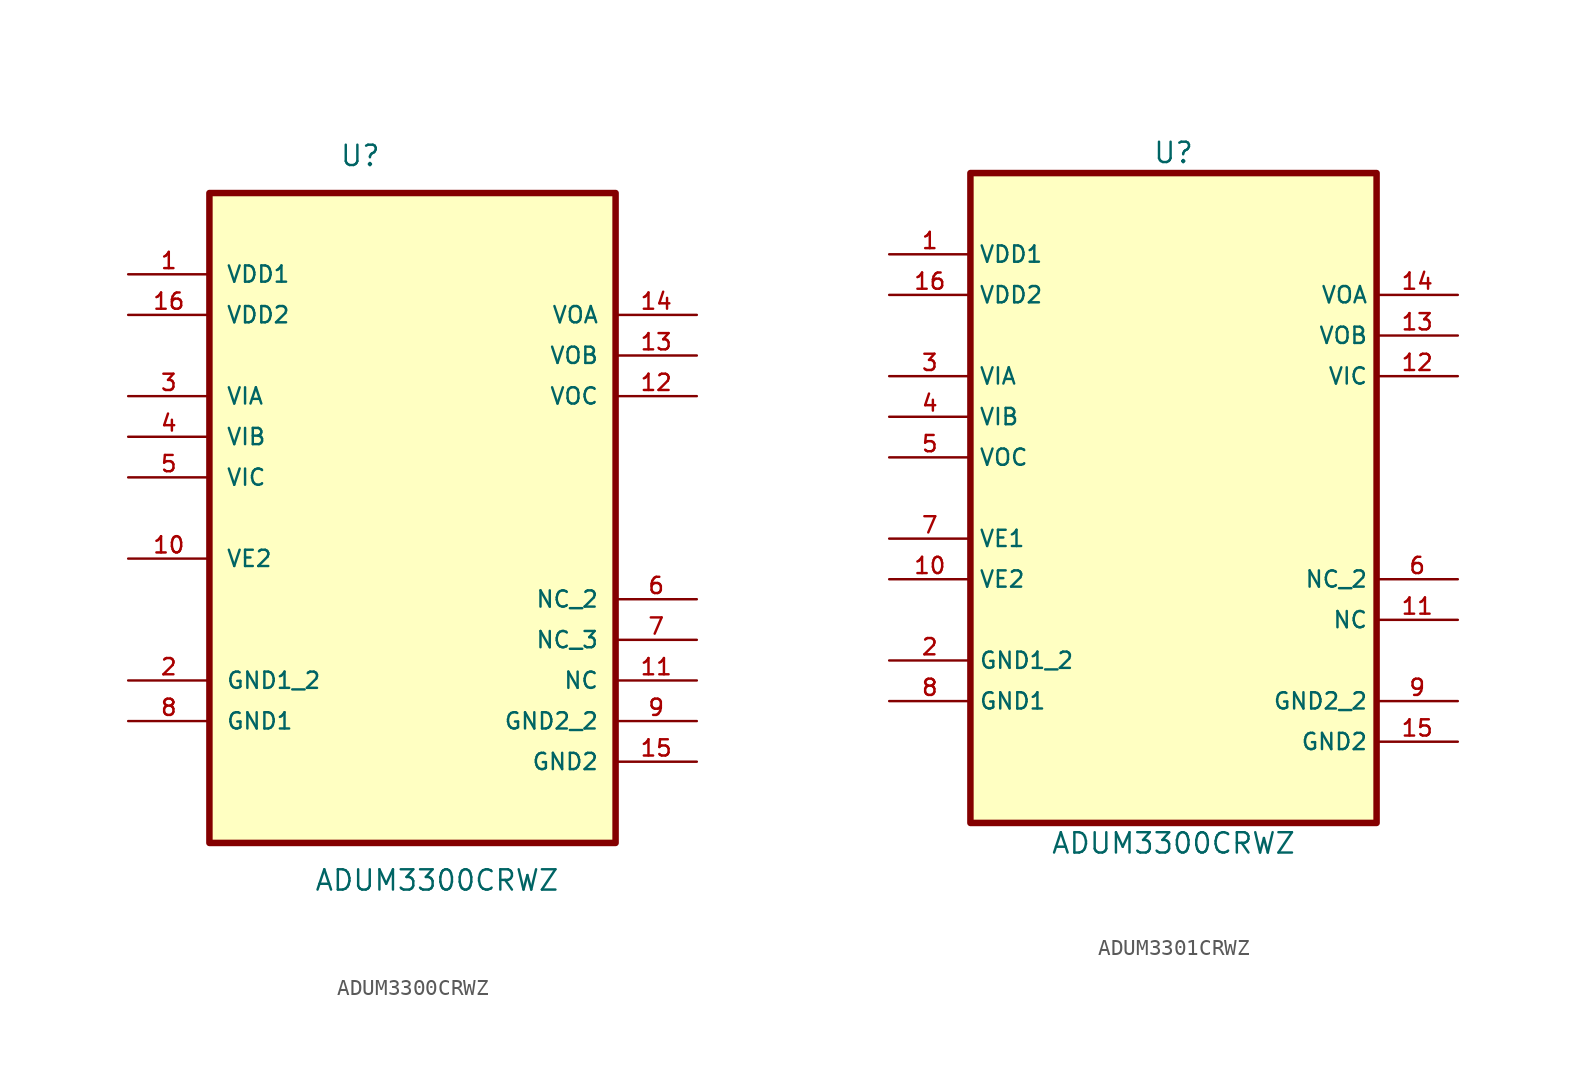
<source format=kicad_sym>
(kicad_symbol_lib
  (version 20220914)
  (generator kicad_symbol_editor)
  (symbol "ADUM3300CRWZ"
    (pin_names
      (offset 1.016))
    (property "Reference" "U"
      (at -4.576 19.37 0)
      (effects (font (size 1.27 1.27)) (justify left bottom)))
    (property "Value" "ADUM3300CRWZ"
      (at -6.16 -25.94 0)
      (effects (font (size 1.27 1.27)) (justify left bottom)))
    (symbol "ADUM3300CRWZ_0_0"
      (rectangle (start -12.7 -22.86) (end 12.7 17.78) (stroke (width 0.406) (type default)) (fill (type background)))
      (pin passive line (at -17.78 12.7 0) (length 5.08) (name "VDD1" (effects (font (size 1.016 1.016)))) (number "1" (effects (font (size 1.016 1.016)))))
      (pin passive line (at -17.78 -5.08 0) (length 5.08) (name "VE2" (effects (font (size 1.016 1.016)))) (number "10" (effects (font (size 1.016 1.016)))))
      (pin passive line (at 17.78 -12.7 180) (length 5.08) (name "NC" (effects (font (size 1.016 1.016)))) (number "11" (effects (font (size 1.016 1.016)))))
      (pin passive line (at 17.78 5.08 180) (length 5.08) (name "VOC" (effects (font (size 1.016 1.016)))) (number "12" (effects (font (size 1.016 1.016)))))
      (pin passive line (at 17.78 7.62 180) (length 5.08) (name "VOB" (effects (font (size 1.016 1.016)))) (number "13" (effects (font (size 1.016 1.016)))))
      (pin passive line (at 17.78 10.16 180) (length 5.08) (name "VOA" (effects (font (size 1.016 1.016)))) (number "14" (effects (font (size 1.016 1.016)))))
      (pin passive line (at 17.78 -17.78 180) (length 5.08) (name "GND2" (effects (font (size 1.016 1.016)))) (number "15" (effects (font (size 1.016 1.016)))))
      (pin passive line (at -17.78 10.16 0) (length 5.08) (name "VDD2" (effects (font (size 1.016 1.016)))) (number "16" (effects (font (size 1.016 1.016)))))
      (pin passive line (at -17.78 -12.7 0) (length 5.08) (name "GND1_2" (effects (font (size 1.016 1.016)))) (number "2" (effects (font (size 1.016 1.016)))))
      (pin passive line (at -17.78 5.08 0) (length 5.08) (name "VIA" (effects (font (size 1.016 1.016)))) (number "3" (effects (font (size 1.016 1.016)))))
      (pin passive line (at -17.78 2.54 0) (length 5.08) (name "VIB" (effects (font (size 1.016 1.016)))) (number "4" (effects (font (size 1.016 1.016)))))
      (pin passive line (at -17.78 0 0) (length 5.08) (name "VIC" (effects (font (size 1.016 1.016)))) (number "5" (effects (font (size 1.016 1.016)))))
      (pin passive line (at 17.78 -7.62 180) (length 5.08) (name "NC_2" (effects (font (size 1.016 1.016)))) (number "6" (effects (font (size 1.016 1.016)))))
      (pin passive line (at 17.78 -10.16 180) (length 5.08) (name "NC_3" (effects (font (size 1.016 1.016)))) (number "7" (effects (font (size 1.016 1.016)))))
      (pin passive line (at -17.78 -15.24 0) (length 5.08) (name "GND1" (effects (font (size 1.016 1.016)))) (number "8" (effects (font (size 1.016 1.016)))))
      (pin passive line (at 17.78 -15.24 180) (length 5.08) (name "GND2_2" (effects (font (size 1.016 1.016)))) (number "9" (effects (font (size 1.016 1.016)))))))
  (symbol "ADUM3301CRWZ"
    (property "Reference" "U"
      (at 0 19.05 0)
      (effects (font (size 1.27 1.27))))
    (property "Value" "ADUM3300CRWZ"
      (at 0 -24.13 0)
      (effects (font (size 1.27 1.27))))
    (symbol "ADUM3301CRWZ_0_0"
      (rectangle (start -12.7 17.78) (end 12.7 -22.86) (stroke (width 0.406) (type default)) (fill (type background)))
      (pin passive line (at -17.78 12.7 0) (length 5.08) (name "VDD1" (effects (font (size 1.016 1.016)))) (number "1" (effects (font (size 1.016 1.016)))))
      (pin passive line (at -17.78 -7.62 0) (length 5.08) (name "VE2" (effects (font (size 1.016 1.016)))) (number "10" (effects (font (size 1.016 1.016)))))
      (pin passive line (at 17.78 -10.16 180) (length 5.08) (name "NC" (effects (font (size 1.016 1.016)))) (number "11" (effects (font (size 1.016 1.016)))))
      (pin passive line (at 17.78 7.62 180) (length 5.08) (name "VOB" (effects (font (size 1.016 1.016)))) (number "13" (effects (font (size 1.016 1.016)))))
      (pin passive line (at 17.78 10.16 180) (length 5.08) (name "VOA" (effects (font (size 1.016 1.016)))) (number "14" (effects (font (size 1.016 1.016)))))
      (pin passive line (at 17.78 -17.78 180) (length 5.08) (name "GND2" (effects (font (size 1.016 1.016)))) (number "15" (effects (font (size 1.016 1.016)))))
      (pin passive line (at -17.78 10.16 0) (length 5.08) (name "VDD2" (effects (font (size 1.016 1.016)))) (number "16" (effects (font (size 1.016 1.016)))))
      (pin passive line (at -17.78 -12.7 0) (length 5.08) (name "GND1_2" (effects (font (size 1.016 1.016)))) (number "2" (effects (font (size 1.016 1.016)))))
      (pin passive line (at -17.78 5.08 0) (length 5.08) (name "VIA" (effects (font (size 1.016 1.016)))) (number "3" (effects (font (size 1.016 1.016)))))
      (pin passive line (at -17.78 2.54 0) (length 5.08) (name "VIB" (effects (font (size 1.016 1.016)))) (number "4" (effects (font (size 1.016 1.016)))))
      (pin passive line (at 17.78 -7.62 180) (length 5.08) (name "NC_2" (effects (font (size 1.016 1.016)))) (number "6" (effects (font (size 1.016 1.016)))))
      (pin passive line (at -17.78 -15.24 0) (length 5.08) (name "GND1" (effects (font (size 1.016 1.016)))) (number "8" (effects (font (size 1.016 1.016)))))
      (pin passive line (at 17.78 -15.24 180) (length 5.08) (name "GND2_2" (effects (font (size 1.016 1.016)))) (number "9" (effects (font (size 1.016 1.016))))))
    (symbol "ADUM3301CRWZ_1_0"
      (pin passive line (at 17.78 5.08 180) (length 5.08) (name "VIC" (effects (font (size 1.016 1.016)))) (number "12" (effects (font (size 1.016 1.016)))))
      (pin passive line (at -17.78 0 0) (length 5.08) (name "VOC" (effects (font (size 1.016 1.016)))) (number "5" (effects (font (size 1.016 1.016)))))
      (pin passive line (at -17.78 -5.08 0) (length 5.08) (name "VE1" (effects (font (size 1.016 1.016)))) (number "7" (effects (font (size 1.016 1.016))))))))
</source>
